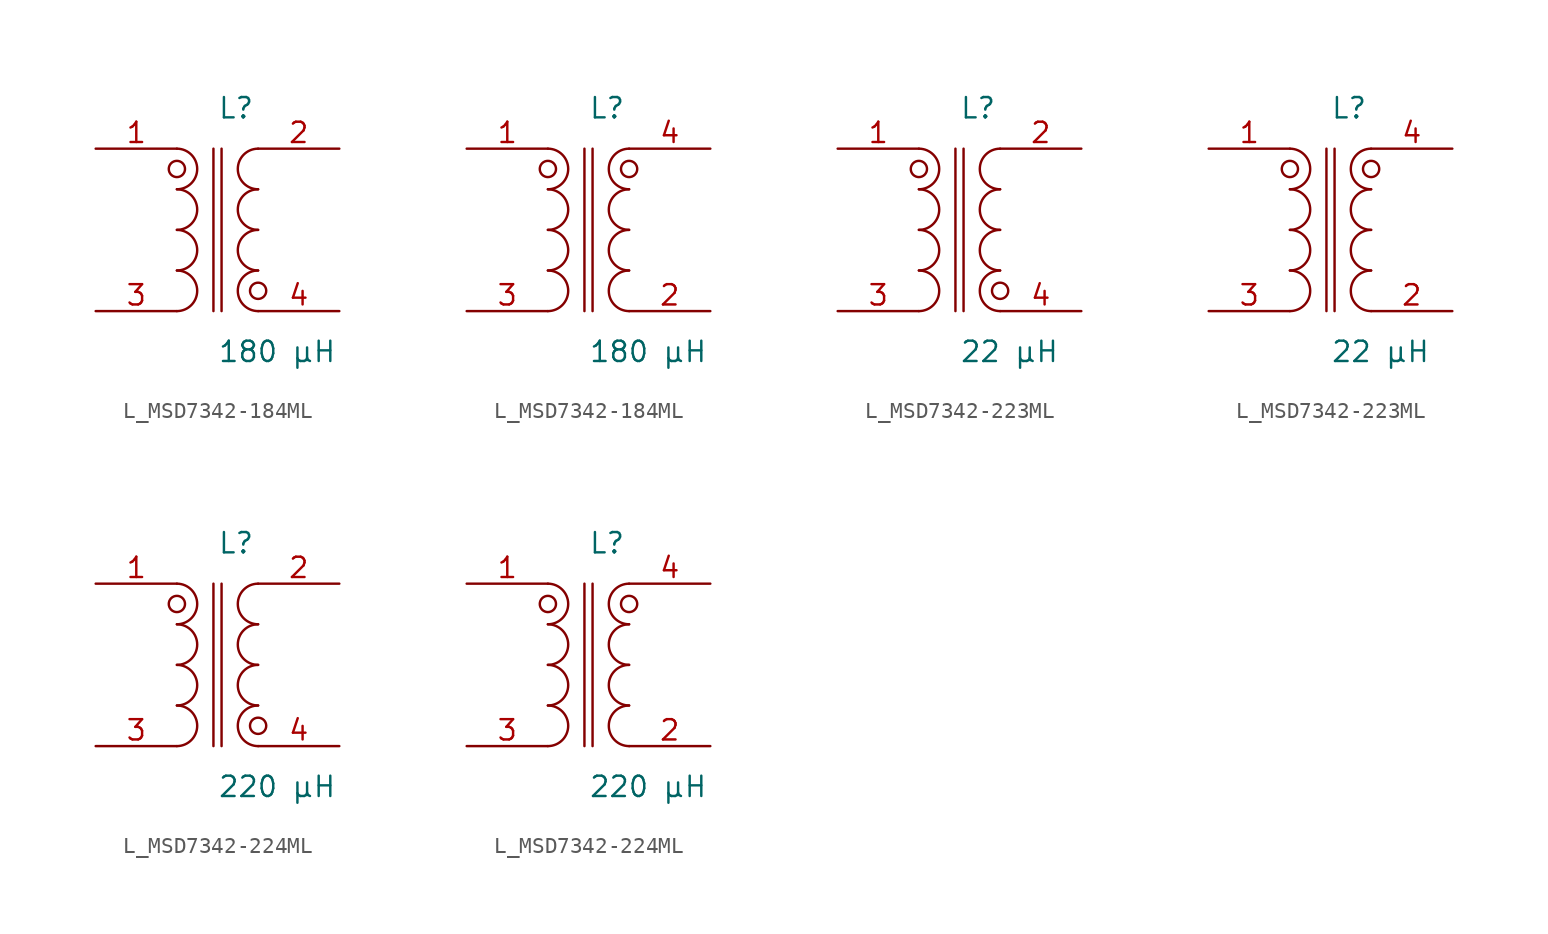
<source format=kicad_sym>
(kicad_symbol_lib
  (version 20231120)
  (generator kicad_symbol_editor)
  (generator_version 8.0)
  (symbol "L_MSD7342-184ML"
    (pin_names
      (offset 0.254))
    (property "Reference" "L"
      (at 0 7.62 0)
      (effects (font (size 1.27 1.27)) (justify left)))
    (property "Value" "180 µH"
      (at 0 -7.62 0)
      (effects (font (size 1.27 1.27)) (justify left)))
    (symbol "L_MSD7342-184ML_1_1"
      (arc (start -2.54 -5.08) (mid -1.27 -3.81) (end -2.54 -2.54) (stroke (width 0) (type default)) (fill (type none)))
      (arc (start -2.54 -2.54) (mid -1.27 -1.27) (end -2.54 0.0) (stroke (width 0) (type default)) (fill (type none)))
      (arc (start -2.54 0.0) (mid -1.27 1.27) (end -2.54 2.54) (stroke (width 0) (type default)) (fill (type none)))
      (arc (start -2.54 2.54) (mid -1.27 3.81) (end -2.54 5.08) (stroke (width 0) (type default)) (fill (type none)))
      (arc (start 2.54 -5.08) (mid 1.27 -3.81) (end 2.54 -2.54) (stroke (width 0) (type default)) (fill (type none)))
      (arc (start 2.54 -2.54) (mid 1.27 -1.27) (end 2.54 0.0) (stroke (width 0) (type default)) (fill (type none)))
      (arc (start 2.54 0.0) (mid 1.27 1.27) (end 2.54 2.54) (stroke (width 0) (type default)) (fill (type none)))
      (arc (start 2.54 2.54) (mid 1.27 3.81) (end 2.54 5.08) (stroke (width 0) (type default)) (fill (type none)))
      (circle (center -2.54 3.81) (radius 0.508) (stroke (width 0) (type default)) (fill (type none)))
      (circle (center 2.54 -3.81) (radius 0.508) (stroke (width 0) (type default)) (fill (type none)))
      (polyline (pts (xy -0.254 5.08) (xy -0.254 -5.08)) (stroke (width 0) (type default)) (fill (type none)))
      (polyline (pts (xy 0.254 5.08) (xy 0.254 -5.08)) (stroke (width 0) (type default)) (fill (type none)))
      (pin passive line (at -7.62 5.08 0) (length 5.08) (name "" (effects (font (size 1.27 1.27)))) (number "1" (effects (font (size 1.27 1.27)))))
      (pin passive line (at -7.62 -5.08 0) (length 5.08) (name "" (effects (font (size 1.27 1.27)))) (number "3" (effects (font (size 1.27 1.27)))))
      (pin passive line (at 7.62 5.08 180) (length 5.08) (name "" (effects (font (size 1.27 1.27)))) (number "2" (effects (font (size 1.27 1.27)))))
      (pin passive line (at 7.62 -5.08 180) (length 5.08) (name "" (effects (font (size 1.27 1.27)))) (number "4" (effects (font (size 1.27 1.27))))))
    (symbol "L_MSD7342-184ML_1_2"
      (arc (start -2.54 -5.08) (mid -1.27 -3.81) (end -2.54 -2.54) (stroke (width 0) (type default)) (fill (type none)))
      (arc (start -2.54 -2.54) (mid -1.27 -1.27) (end -2.54 0.0) (stroke (width 0) (type default)) (fill (type none)))
      (arc (start -2.54 0.0) (mid -1.27 1.27) (end -2.54 2.54) (stroke (width 0) (type default)) (fill (type none)))
      (arc (start -2.54 2.54) (mid -1.27 3.81) (end -2.54 5.08) (stroke (width 0) (type default)) (fill (type none)))
      (arc (start 2.54 -5.08) (mid 1.27 -3.81) (end 2.54 -2.54) (stroke (width 0) (type default)) (fill (type none)))
      (arc (start 2.54 -2.54) (mid 1.27 -1.27) (end 2.54 0.0) (stroke (width 0) (type default)) (fill (type none)))
      (arc (start 2.54 0.0) (mid 1.27 1.27) (end 2.54 2.54) (stroke (width 0) (type default)) (fill (type none)))
      (arc (start 2.54 2.54) (mid 1.27 3.81) (end 2.54 5.08) (stroke (width 0) (type default)) (fill (type none)))
      (circle (center -2.54 3.81) (radius 0.508) (stroke (width 0) (type default)) (fill (type none)))
      (circle (center 2.54 3.81) (radius 0.508) (stroke (width 0) (type default)) (fill (type none)))
      (polyline (pts (xy -0.254 5.08) (xy -0.254 -5.08)) (stroke (width 0) (type default)) (fill (type none)))
      (polyline (pts (xy 0.254 5.08) (xy 0.254 -5.08)) (stroke (width 0) (type default)) (fill (type none)))
      (pin passive line (at -7.62 5.08 0) (length 5.08) (name "" (effects (font (size 1.27 1.27)))) (number "1" (effects (font (size 1.27 1.27)))))
      (pin passive line (at -7.62 -5.08 0) (length 5.08) (name "" (effects (font (size 1.27 1.27)))) (number "3" (effects (font (size 1.27 1.27)))))
      (pin passive line (at 7.62 -5.08 180) (length 5.08) (name "" (effects (font (size 1.27 1.27)))) (number "2" (effects (font (size 1.27 1.27)))))
      (pin passive line (at 7.62 5.08 180) (length 5.08) (name "" (effects (font (size 1.27 1.27)))) (number "4" (effects (font (size 1.27 1.27)))))))
  (symbol "L_MSD7342-223ML"
    (pin_names
      (offset 0.254))
    (property "Reference" "L"
      (at 0 7.62 0)
      (effects (font (size 1.27 1.27)) (justify left)))
    (property "Value" "22 µH"
      (at 0 -7.62 0)
      (effects (font (size 1.27 1.27)) (justify left)))
    (symbol "L_MSD7342-223ML_1_1"
      (arc (start -2.54 -5.08) (mid -1.27 -3.81) (end -2.54 -2.54) (stroke (width 0) (type default)) (fill (type none)))
      (arc (start -2.54 -2.54) (mid -1.27 -1.27) (end -2.54 0.0) (stroke (width 0) (type default)) (fill (type none)))
      (arc (start -2.54 0.0) (mid -1.27 1.27) (end -2.54 2.54) (stroke (width 0) (type default)) (fill (type none)))
      (arc (start -2.54 2.54) (mid -1.27 3.81) (end -2.54 5.08) (stroke (width 0) (type default)) (fill (type none)))
      (arc (start 2.54 -5.08) (mid 1.27 -3.81) (end 2.54 -2.54) (stroke (width 0) (type default)) (fill (type none)))
      (arc (start 2.54 -2.54) (mid 1.27 -1.27) (end 2.54 0.0) (stroke (width 0) (type default)) (fill (type none)))
      (arc (start 2.54 0.0) (mid 1.27 1.27) (end 2.54 2.54) (stroke (width 0) (type default)) (fill (type none)))
      (arc (start 2.54 2.54) (mid 1.27 3.81) (end 2.54 5.08) (stroke (width 0) (type default)) (fill (type none)))
      (circle (center -2.54 3.81) (radius 0.508) (stroke (width 0) (type default)) (fill (type none)))
      (circle (center 2.54 -3.81) (radius 0.508) (stroke (width 0) (type default)) (fill (type none)))
      (polyline (pts (xy -0.254 5.08) (xy -0.254 -5.08)) (stroke (width 0) (type default)) (fill (type none)))
      (polyline (pts (xy 0.254 5.08) (xy 0.254 -5.08)) (stroke (width 0) (type default)) (fill (type none)))
      (pin passive line (at -7.62 5.08 0) (length 5.08) (name "" (effects (font (size 1.27 1.27)))) (number "1" (effects (font (size 1.27 1.27)))))
      (pin passive line (at -7.62 -5.08 0) (length 5.08) (name "" (effects (font (size 1.27 1.27)))) (number "3" (effects (font (size 1.27 1.27)))))
      (pin passive line (at 7.62 5.08 180) (length 5.08) (name "" (effects (font (size 1.27 1.27)))) (number "2" (effects (font (size 1.27 1.27)))))
      (pin passive line (at 7.62 -5.08 180) (length 5.08) (name "" (effects (font (size 1.27 1.27)))) (number "4" (effects (font (size 1.27 1.27))))))
    (symbol "L_MSD7342-223ML_1_2"
      (arc (start -2.54 -5.08) (mid -1.27 -3.81) (end -2.54 -2.54) (stroke (width 0) (type default)) (fill (type none)))
      (arc (start -2.54 -2.54) (mid -1.27 -1.27) (end -2.54 0.0) (stroke (width 0) (type default)) (fill (type none)))
      (arc (start -2.54 0.0) (mid -1.27 1.27) (end -2.54 2.54) (stroke (width 0) (type default)) (fill (type none)))
      (arc (start -2.54 2.54) (mid -1.27 3.81) (end -2.54 5.08) (stroke (width 0) (type default)) (fill (type none)))
      (arc (start 2.54 -5.08) (mid 1.27 -3.81) (end 2.54 -2.54) (stroke (width 0) (type default)) (fill (type none)))
      (arc (start 2.54 -2.54) (mid 1.27 -1.27) (end 2.54 0.0) (stroke (width 0) (type default)) (fill (type none)))
      (arc (start 2.54 0.0) (mid 1.27 1.27) (end 2.54 2.54) (stroke (width 0) (type default)) (fill (type none)))
      (arc (start 2.54 2.54) (mid 1.27 3.81) (end 2.54 5.08) (stroke (width 0) (type default)) (fill (type none)))
      (circle (center -2.54 3.81) (radius 0.508) (stroke (width 0) (type default)) (fill (type none)))
      (circle (center 2.54 3.81) (radius 0.508) (stroke (width 0) (type default)) (fill (type none)))
      (polyline (pts (xy -0.254 5.08) (xy -0.254 -5.08)) (stroke (width 0) (type default)) (fill (type none)))
      (polyline (pts (xy 0.254 5.08) (xy 0.254 -5.08)) (stroke (width 0) (type default)) (fill (type none)))
      (pin passive line (at -7.62 5.08 0) (length 5.08) (name "" (effects (font (size 1.27 1.27)))) (number "1" (effects (font (size 1.27 1.27)))))
      (pin passive line (at -7.62 -5.08 0) (length 5.08) (name "" (effects (font (size 1.27 1.27)))) (number "3" (effects (font (size 1.27 1.27)))))
      (pin passive line (at 7.62 -5.08 180) (length 5.08) (name "" (effects (font (size 1.27 1.27)))) (number "2" (effects (font (size 1.27 1.27)))))
      (pin passive line (at 7.62 5.08 180) (length 5.08) (name "" (effects (font (size 1.27 1.27)))) (number "4" (effects (font (size 1.27 1.27)))))))
  (symbol "L_MSD7342-224ML"
    (pin_names
      (offset 0.254))
    (property "Reference" "L"
      (at 0 7.62 0)
      (effects (font (size 1.27 1.27)) (justify left)))
    (property "Value" "220 µH"
      (at 0 -7.62 0)
      (effects (font (size 1.27 1.27)) (justify left)))
    (symbol "L_MSD7342-224ML_1_1"
      (arc (start -2.54 -5.08) (mid -1.27 -3.81) (end -2.54 -2.54) (stroke (width 0) (type default)) (fill (type none)))
      (arc (start -2.54 -2.54) (mid -1.27 -1.27) (end -2.54 0.0) (stroke (width 0) (type default)) (fill (type none)))
      (arc (start -2.54 0.0) (mid -1.27 1.27) (end -2.54 2.54) (stroke (width 0) (type default)) (fill (type none)))
      (arc (start -2.54 2.54) (mid -1.27 3.81) (end -2.54 5.08) (stroke (width 0) (type default)) (fill (type none)))
      (arc (start 2.54 -5.08) (mid 1.27 -3.81) (end 2.54 -2.54) (stroke (width 0) (type default)) (fill (type none)))
      (arc (start 2.54 -2.54) (mid 1.27 -1.27) (end 2.54 0.0) (stroke (width 0) (type default)) (fill (type none)))
      (arc (start 2.54 0.0) (mid 1.27 1.27) (end 2.54 2.54) (stroke (width 0) (type default)) (fill (type none)))
      (arc (start 2.54 2.54) (mid 1.27 3.81) (end 2.54 5.08) (stroke (width 0) (type default)) (fill (type none)))
      (circle (center -2.54 3.81) (radius 0.508) (stroke (width 0) (type default)) (fill (type none)))
      (circle (center 2.54 -3.81) (radius 0.508) (stroke (width 0) (type default)) (fill (type none)))
      (polyline (pts (xy -0.254 5.08) (xy -0.254 -5.08)) (stroke (width 0) (type default)) (fill (type none)))
      (polyline (pts (xy 0.254 5.08) (xy 0.254 -5.08)) (stroke (width 0) (type default)) (fill (type none)))
      (pin passive line (at -7.62 5.08 0) (length 5.08) (name "" (effects (font (size 1.27 1.27)))) (number "1" (effects (font (size 1.27 1.27)))))
      (pin passive line (at -7.62 -5.08 0) (length 5.08) (name "" (effects (font (size 1.27 1.27)))) (number "3" (effects (font (size 1.27 1.27)))))
      (pin passive line (at 7.62 5.08 180) (length 5.08) (name "" (effects (font (size 1.27 1.27)))) (number "2" (effects (font (size 1.27 1.27)))))
      (pin passive line (at 7.62 -5.08 180) (length 5.08) (name "" (effects (font (size 1.27 1.27)))) (number "4" (effects (font (size 1.27 1.27))))))
    (symbol "L_MSD7342-224ML_1_2"
      (arc (start -2.54 -5.08) (mid -1.27 -3.81) (end -2.54 -2.54) (stroke (width 0) (type default)) (fill (type none)))
      (arc (start -2.54 -2.54) (mid -1.27 -1.27) (end -2.54 0.0) (stroke (width 0) (type default)) (fill (type none)))
      (arc (start -2.54 0.0) (mid -1.27 1.27) (end -2.54 2.54) (stroke (width 0) (type default)) (fill (type none)))
      (arc (start -2.54 2.54) (mid -1.27 3.81) (end -2.54 5.08) (stroke (width 0) (type default)) (fill (type none)))
      (arc (start 2.54 -5.08) (mid 1.27 -3.81) (end 2.54 -2.54) (stroke (width 0) (type default)) (fill (type none)))
      (arc (start 2.54 -2.54) (mid 1.27 -1.27) (end 2.54 0.0) (stroke (width 0) (type default)) (fill (type none)))
      (arc (start 2.54 0.0) (mid 1.27 1.27) (end 2.54 2.54) (stroke (width 0) (type default)) (fill (type none)))
      (arc (start 2.54 2.54) (mid 1.27 3.81) (end 2.54 5.08) (stroke (width 0) (type default)) (fill (type none)))
      (circle (center -2.54 3.81) (radius 0.508) (stroke (width 0) (type default)) (fill (type none)))
      (circle (center 2.54 3.81) (radius 0.508) (stroke (width 0) (type default)) (fill (type none)))
      (polyline (pts (xy -0.254 5.08) (xy -0.254 -5.08)) (stroke (width 0) (type default)) (fill (type none)))
      (polyline (pts (xy 0.254 5.08) (xy 0.254 -5.08)) (stroke (width 0) (type default)) (fill (type none)))
      (pin passive line (at -7.62 5.08 0) (length 5.08) (name "" (effects (font (size 1.27 1.27)))) (number "1" (effects (font (size 1.27 1.27)))))
      (pin passive line (at -7.62 -5.08 0) (length 5.08) (name "" (effects (font (size 1.27 1.27)))) (number "3" (effects (font (size 1.27 1.27)))))
      (pin passive line (at 7.62 -5.08 180) (length 5.08) (name "" (effects (font (size 1.27 1.27)))) (number "2" (effects (font (size 1.27 1.27)))))
      (pin passive line (at 7.62 5.08 180) (length 5.08) (name "" (effects (font (size 1.27 1.27)))) (number "4" (effects (font (size 1.27 1.27))))))))
</source>
